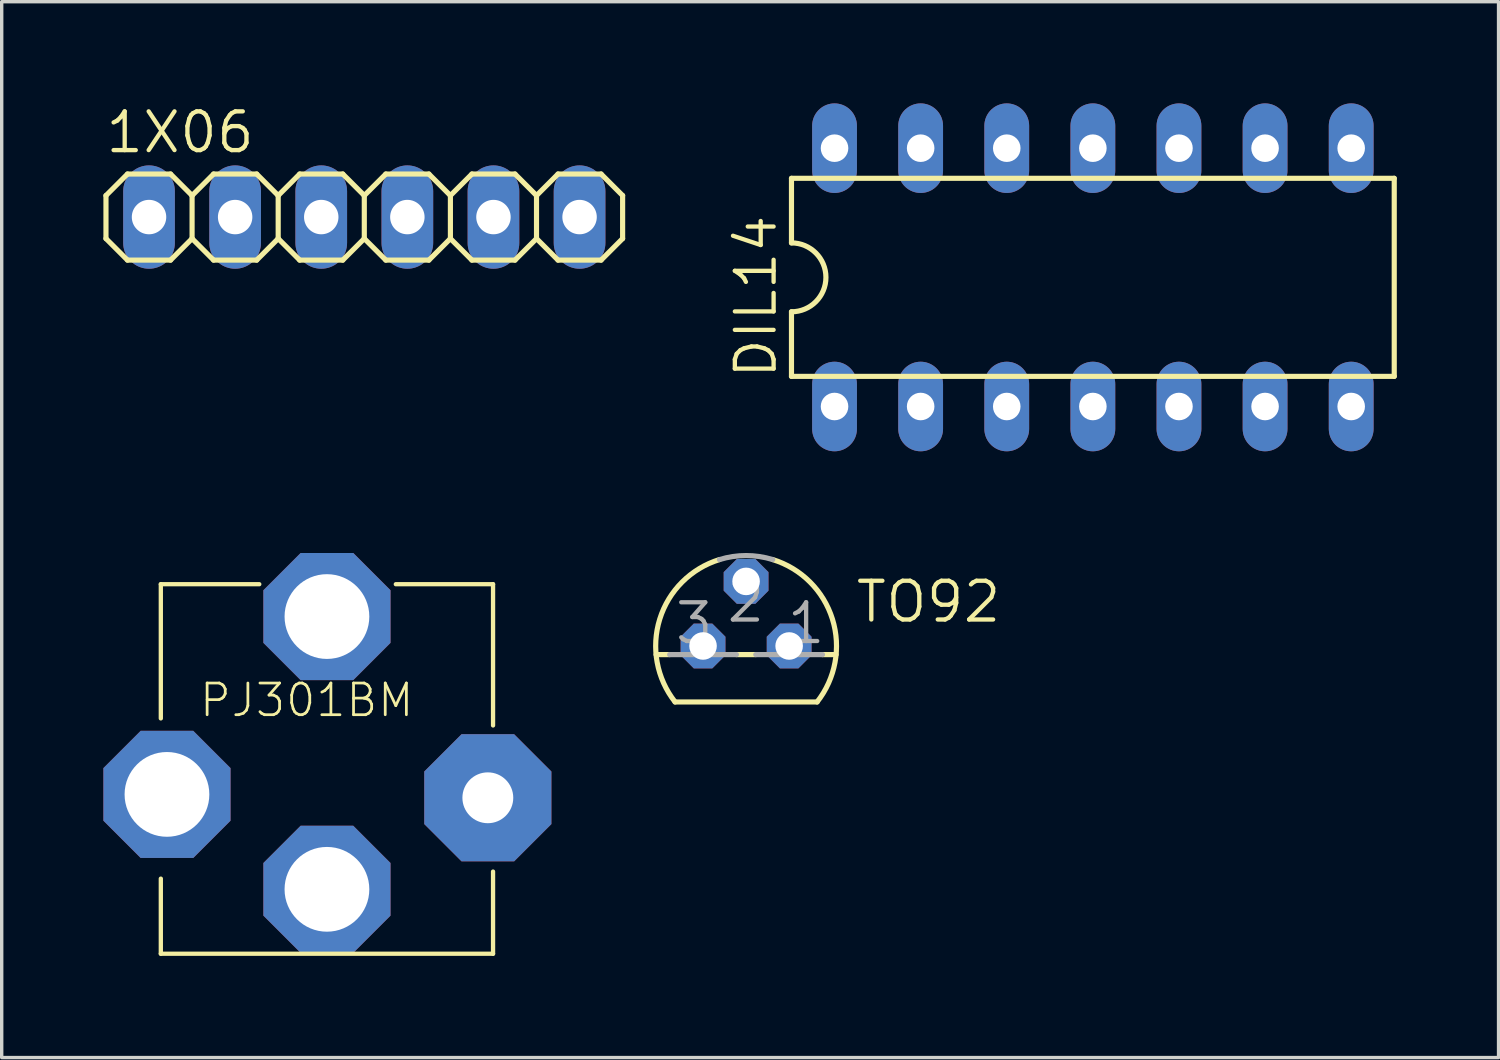
<source format=kicad_pcb>
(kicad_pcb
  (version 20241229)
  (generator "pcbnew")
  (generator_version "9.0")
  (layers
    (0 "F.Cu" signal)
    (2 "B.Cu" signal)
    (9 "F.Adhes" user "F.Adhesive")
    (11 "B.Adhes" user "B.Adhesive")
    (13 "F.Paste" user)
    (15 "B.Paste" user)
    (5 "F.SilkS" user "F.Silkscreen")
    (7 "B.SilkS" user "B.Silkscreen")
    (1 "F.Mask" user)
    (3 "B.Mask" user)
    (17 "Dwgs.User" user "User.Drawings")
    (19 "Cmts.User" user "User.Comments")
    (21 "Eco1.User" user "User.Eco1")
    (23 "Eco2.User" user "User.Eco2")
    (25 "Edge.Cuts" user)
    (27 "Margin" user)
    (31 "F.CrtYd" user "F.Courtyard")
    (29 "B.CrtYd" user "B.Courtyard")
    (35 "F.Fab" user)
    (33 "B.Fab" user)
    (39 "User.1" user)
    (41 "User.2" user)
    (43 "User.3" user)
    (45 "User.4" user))
  (footprint "1X06"
    (layer "F.Cu")
    (at 7.696 3.353)
    (property "Reference" "1X06" (at -7.696 -1.829 0) (layer "F.SilkS") (effects (font (size 1.143 1.143) (thickness 0.127)) (justify left bottom)))
    (fp_line (start -7.62 -0.635) (end -7.62 0.635) (stroke (width 0.152) (type solid)) (layer "F.SilkS"))
    (fp_line (start -7.62 0.635) (end -6.985 1.27) (stroke (width 0.152) (type solid)) (layer "F.SilkS"))
    (fp_line (start -6.985 -1.27) (end -7.62 -0.635) (stroke (width 0.152) (type solid)) (layer "F.SilkS"))
    (fp_line (start -6.985 -1.27) (end -5.715 -1.27) (stroke (width 0.152) (type solid)) (layer "F.SilkS"))
    (fp_line (start -5.715 -1.27) (end -5.08 -0.635) (stroke (width 0.152) (type solid)) (layer "F.SilkS"))
    (fp_line (start -5.715 1.27) (end -6.985 1.27) (stroke (width 0.152) (type solid)) (layer "F.SilkS"))
    (fp_line (start -5.08 -0.635) (end -5.08 0.635) (stroke (width 0.152) (type solid)) (layer "F.SilkS"))
    (fp_line (start -5.08 -0.635) (end -4.445 -1.27) (stroke (width 0.152) (type solid)) (layer "F.SilkS"))
    (fp_line (start -5.08 0.635) (end -5.715 1.27) (stroke (width 0.152) (type solid)) (layer "F.SilkS"))
    (fp_line (start -4.445 -1.27) (end -3.175 -1.27) (stroke (width 0.152) (type solid)) (layer "F.SilkS"))
    (fp_line (start -4.445 1.27) (end -5.08 0.635) (stroke (width 0.152) (type solid)) (layer "F.SilkS"))
    (fp_line (start -3.175 -1.27) (end -2.54 -0.635) (stroke (width 0.152) (type solid)) (layer "F.SilkS"))
    (fp_line (start -3.175 1.27) (end -4.445 1.27) (stroke (width 0.152) (type solid)) (layer "F.SilkS"))
    (fp_line (start -2.54 -0.635) (end -2.54 0.635) (stroke (width 0.152) (type solid)) (layer "F.SilkS"))
    (fp_line (start -2.54 -0.635) (end -1.905 -1.27) (stroke (width 0.152) (type solid)) (layer "F.SilkS"))
    (fp_line (start -2.54 0.635) (end -3.175 1.27) (stroke (width 0.152) (type solid)) (layer "F.SilkS"))
    (fp_line (start -1.905 -1.27) (end -0.635 -1.27) (stroke (width 0.152) (type solid)) (layer "F.SilkS"))
    (fp_line (start -1.905 1.27) (end -2.54 0.635) (stroke (width 0.152) (type solid)) (layer "F.SilkS"))
    (fp_line (start -0.635 -1.27) (end 0 -0.635) (stroke (width 0.152) (type solid)) (layer "F.SilkS"))
    (fp_line (start -0.635 1.27) (end -1.905 1.27) (stroke (width 0.152) (type solid)) (layer "F.SilkS"))
    (fp_line (start 0 -0.635) (end 0 0.635) (stroke (width 0.152) (type solid)) (layer "F.SilkS"))
    (fp_line (start 0 0.635) (end -0.635 1.27) (stroke (width 0.152) (type solid)) (layer "F.SilkS"))
    (fp_line (start 0 0.635) (end 0.635 1.27) (stroke (width 0.152) (type solid)) (layer "F.SilkS"))
    (fp_line (start 0.635 -1.27) (end 0 -0.635) (stroke (width 0.152) (type solid)) (layer "F.SilkS"))
    (fp_line (start 0.635 -1.27) (end 1.905 -1.27) (stroke (width 0.152) (type solid)) (layer "F.SilkS"))
    (fp_line (start 1.905 -1.27) (end 2.54 -0.635) (stroke (width 0.152) (type solid)) (layer "F.SilkS"))
    (fp_line (start 1.905 1.27) (end 0.635 1.27) (stroke (width 0.152) (type solid)) (layer "F.SilkS"))
    (fp_line (start 2.54 -0.635) (end 2.54 0.635) (stroke (width 0.152) (type solid)) (layer "F.SilkS"))
    (fp_line (start 2.54 -0.635) (end 3.175 -1.27) (stroke (width 0.152) (type solid)) (layer "F.SilkS"))
    (fp_line (start 2.54 0.635) (end 1.905 1.27) (stroke (width 0.152) (type solid)) (layer "F.SilkS"))
    (fp_line (start 3.175 -1.27) (end 4.445 -1.27) (stroke (width 0.152) (type solid)) (layer "F.SilkS"))
    (fp_line (start 3.175 1.27) (end 2.54 0.635) (stroke (width 0.152) (type solid)) (layer "F.SilkS"))
    (fp_line (start 4.445 -1.27) (end 5.08 -0.635) (stroke (width 0.152) (type solid)) (layer "F.SilkS"))
    (fp_line (start 4.445 1.27) (end 3.175 1.27) (stroke (width 0.152) (type solid)) (layer "F.SilkS"))
    (fp_line (start 5.08 -0.635) (end 5.08 0.635) (stroke (width 0.152) (type solid)) (layer "F.SilkS"))
    (fp_line (start 5.08 0.635) (end 4.445 1.27) (stroke (width 0.152) (type solid)) (layer "F.SilkS"))
    (fp_line (start 5.08 0.635) (end 5.715 1.27) (stroke (width 0.152) (type solid)) (layer "F.SilkS"))
    (fp_line (start 5.715 -1.27) (end 5.08 -0.635) (stroke (width 0.152) (type solid)) (layer "F.SilkS"))
    (fp_line (start 5.715 -1.27) (end 6.985 -1.27) (stroke (width 0.152) (type solid)) (layer "F.SilkS"))
    (fp_line (start 6.985 -1.27) (end 7.62 -0.635) (stroke (width 0.152) (type solid)) (layer "F.SilkS"))
    (fp_line (start 6.985 1.27) (end 5.715 1.27) (stroke (width 0.152) (type solid)) (layer "F.SilkS"))
    (fp_line (start 7.62 -0.635) (end 7.62 0.635) (stroke (width 0.152) (type solid)) (layer "F.SilkS"))
    (fp_line (start 7.62 0.635) (end 6.985 1.27) (stroke (width 0.152) (type solid)) (layer "F.SilkS"))
    (fp_poly (pts (xy -6.604 0.254) (xy -6.096 0.254) (xy -6.096 -0.254) (xy -6.604 -0.254)) (stroke (width 0.1) (type solid)) (fill no) (layer "F.Fab"))
    (fp_poly (pts (xy -4.064 0.254) (xy -3.556 0.254) (xy -3.556 -0.254) (xy -4.064 -0.254)) (stroke (width 0.1) (type solid)) (fill no) (layer "F.Fab"))
    (fp_poly (pts (xy -1.524 0.254) (xy -1.016 0.254) (xy -1.016 -0.254) (xy -1.524 -0.254)) (stroke (width 0.1) (type solid)) (fill no) (layer "F.Fab"))
    (fp_poly (pts (xy 1.016 0.254) (xy 1.524 0.254) (xy 1.524 -0.254) (xy 1.016 -0.254)) (stroke (width 0.1) (type solid)) (fill no) (layer "F.Fab"))
    (fp_poly (pts (xy 3.556 0.254) (xy 4.064 0.254) (xy 4.064 -0.254) (xy 3.556 -0.254)) (stroke (width 0.1) (type solid)) (fill no) (layer "F.Fab"))
    (fp_poly (pts (xy 6.096 0.254) (xy 6.604 0.254) (xy 6.604 -0.254) (xy 6.096 -0.254)) (stroke (width 0.1) (type solid)) (fill no) (layer "F.Fab"))
    (pad "1" thru_hole oval (at -6.35 0 90) (size 3.048 1.524) (drill 1.016) (layers "*.Cu" "*.Mask"))
    (pad "2" thru_hole oval (at -3.81 0 90) (size 3.048 1.524) (drill 1.016) (layers "*.Cu" "*.Mask"))
    (pad "3" thru_hole oval (at -1.27 0 90) (size 3.048 1.524) (drill 1.016) (layers "*.Cu" "*.Mask"))
    (pad "4" thru_hole oval (at 1.27 0 90) (size 3.048 1.524) (drill 1.016) (layers "*.Cu" "*.Mask"))
    (pad "5" thru_hole oval (at 3.81 0 90) (size 3.048 1.524) (drill 1.016) (layers "*.Cu" "*.Mask"))
    (pad "6" thru_hole oval (at 6.35 0 90) (size 3.048 1.524) (drill 1.016) (layers "*.Cu" "*.Mask")))
  (footprint "TO92"
    (layer "F.Cu")
    (at 18.958 16.005)
    (property "Reference" "TO92" (at 3.175 -0.635 0) (layer "F.SilkS") (effects (font (size 1.143 1.143) (thickness 0.127)) (justify left bottom)))
    (fp_line (start -2.655 0.254) (end -2.254 0.254) (stroke (width 0.152) (type solid)) (layer "F.SilkS"))
    (fp_line (start -2.095 1.651) (end 2.095 1.651) (stroke (width 0.152) (type solid)) (layer "F.SilkS"))
    (fp_line (start -0.286 0.254) (end 0.286 0.254) (stroke (width 0.152) (type solid)) (layer "F.SilkS"))
    (fp_line (start 2.254 0.254) (end 2.655 0.254) (stroke (width 0.152) (type solid)) (layer "F.SilkS"))
    (fp_arc (start -2.0946 1.651) (mid -2.54634 -0.793276) (end -0.7863 -2.5485) (stroke (width 0.1524) (type solid)) (layer "F.SilkS"))
    (fp_arc (start 0.7868 -2.5484) (mid 2.546775 -0.793203) (end 2.094999 1.651) (stroke (width 0.1524) (type solid)) (layer "F.SilkS"))
    (fp_line (start -2.254 0.254) (end -0.286 0.254) (stroke (width 0.152) (type solid)) (layer "F.Fab"))
    (fp_line (start 0.286 0.254) (end 2.254 0.254) (stroke (width 0.152) (type solid)) (layer "F.Fab"))
    (fp_arc (start -0.7863 -2.5485) (mid 0 -2.667043) (end 0.7863 -2.5485) (stroke (width 0.1524) (type solid)) (layer "F.Fab"))
    (fp_text user "1" (at 1.143 0 0) (layer "F.Fab") (effects (font (size 1.143 1.143) (thickness 0.127)) (justify left bottom)))
    (fp_text user "3" (at -2.159 0 0) (layer "F.Fab") (effects (font (size 1.143 1.143) (thickness 0.127)) (justify left bottom)))
    (fp_text user "2" (at -0.635 -0.635 0) (layer "F.Fab") (effects (font (size 1.143 1.143) (thickness 0.127)) (justify left bottom)))
    (pad "1" thru_hole roundrect (at 1.27 0) (size 1.321 1.321) (drill 0.813) (layers "*.Cu" "*.Mask") (roundrect_rratio 0.25) (chamfer_ratio 0.293) (chamfer top_left top_right bottom_left bottom_right))
    (pad "2" thru_hole roundrect (at 0 -1.905) (size 1.321 1.321) (drill 0.813) (layers "*.Cu" "*.Mask") (roundrect_rratio 0.25) (chamfer_ratio 0.293) (chamfer top_left top_right bottom_left bottom_right))
    (pad "3" thru_hole roundrect (at -1.27 0) (size 1.321 1.321) (drill 0.813) (layers "*.Cu" "*.Mask") (roundrect_rratio 0.25) (chamfer_ratio 0.293) (chamfer top_left top_right bottom_left bottom_right)))
  (footprint "DIL14"
    (layer "F.Cu")
    (at 29.187 5.131)
    (property "Reference" "DIL14" (at -9.271 3.048 90) (layer "F.SilkS") (effects (font (size 1.143 1.143) (thickness 0.127)) (justify left bottom)))
    (fp_line (start -8.89 -2.921) (end -8.89 -1.016) (stroke (width 0.152) (type solid)) (layer "F.SilkS"))
    (fp_line (start -8.89 2.921) (end -8.89 1.016) (stroke (width 0.152) (type solid)) (layer "F.SilkS"))
    (fp_line (start -8.89 2.921) (end 8.89 2.921) (stroke (width 0.152) (type solid)) (layer "F.SilkS"))
    (fp_line (start 8.89 -2.921) (end -8.89 -2.921) (stroke (width 0.152) (type solid)) (layer "F.SilkS"))
    (fp_line (start 8.89 -2.921) (end 8.89 2.921) (stroke (width 0.152) (type solid)) (layer "F.SilkS"))
    (fp_arc (start -8.89 -1.016) (mid -7.874 0) (end -8.89 1.016) (stroke (width 0.1524) (type solid)) (layer "F.SilkS"))
    (pad "1" thru_hole oval (at -7.62 3.81 90) (size 2.642 1.321) (drill 0.813) (layers "*.Cu" "*.Mask"))
    (pad "2" thru_hole oval (at -5.08 3.81 90) (size 2.642 1.321) (drill 0.813) (layers "*.Cu" "*.Mask"))
    (pad "3" thru_hole oval (at -2.54 3.81 90) (size 2.642 1.321) (drill 0.813) (layers "*.Cu" "*.Mask"))
    (pad "4" thru_hole oval (at 0 3.81 90) (size 2.642 1.321) (drill 0.813) (layers "*.Cu" "*.Mask"))
    (pad "5" thru_hole oval (at 2.54 3.81 90) (size 2.642 1.321) (drill 0.813) (layers "*.Cu" "*.Mask"))
    (pad "6" thru_hole oval (at 5.08 3.81 90) (size 2.642 1.321) (drill 0.813) (layers "*.Cu" "*.Mask"))
    (pad "7" thru_hole oval (at 7.62 3.81 90) (size 2.642 1.321) (drill 0.813) (layers "*.Cu" "*.Mask"))
    (pad "8" thru_hole oval (at 7.62 -3.81 90) (size 2.642 1.321) (drill 0.813) (layers "*.Cu" "*.Mask"))
    (pad "9" thru_hole oval (at 5.08 -3.81 90) (size 2.642 1.321) (drill 0.813) (layers "*.Cu" "*.Mask"))
    (pad "10" thru_hole oval (at 2.54 -3.81 90) (size 2.642 1.321) (drill 0.813) (layers "*.Cu" "*.Mask"))
    (pad "11" thru_hole oval (at 0 -3.81 90) (size 2.642 1.321) (drill 0.813) (layers "*.Cu" "*.Mask"))
    (pad "12" thru_hole oval (at -2.54 -3.81 90) (size 2.642 1.321) (drill 0.813) (layers "*.Cu" "*.Mask"))
    (pad "13" thru_hole oval (at -5.08 -3.81 90) (size 2.642 1.321) (drill 0.813) (layers "*.Cu" "*.Mask"))
    (pad "14" thru_hole oval (at -7.62 -3.81 90) (size 2.642 1.321) (drill 0.813) (layers "*.Cu" "*.Mask")))
  (footprint "PJ301BM"
    (layer "F.Cu")
    (at 6.594 19.883)
    (property "Reference" "PJ301BM" (at -3.81 -1.732 0) (layer "F.SilkS") (effects (font (size 0.935 0.935) (thickness 0.081)) (justify left bottom)))
    (fp_line (start -4.9 -5.7) (end -4.9 -1.742) (stroke (width 0.127) (type solid)) (layer "F.SilkS"))
    (fp_line (start -4.9 -5.7) (end -1.996 -5.7) (stroke (width 0.127) (type solid)) (layer "F.SilkS"))
    (fp_line (start -4.9 5.2) (end -4.9 2.985) (stroke (width 0.127) (type solid)) (layer "F.SilkS"))
    (fp_line (start -4.9 5.2) (end 4.9 5.2) (stroke (width 0.127) (type solid)) (layer "F.SilkS"))
    (fp_line (start 2.032 -5.7) (end 4.9 -5.7) (stroke (width 0.127) (type solid)) (layer "F.SilkS"))
    (fp_line (start 4.9 -5.7) (end 4.9 -1.534) (stroke (width 0.127) (type solid)) (layer "F.SilkS"))
    (fp_line (start 4.9 5.2) (end 4.9 2.777) (stroke (width 0.127) (type solid)) (layer "F.SilkS"))
    (pad "GND1" thru_hole roundrect (at -4.719 0.5 90) (size 3.75 3.75) (drill 2.5) (layers "*.Cu" "*.Mask") (roundrect_rratio 0.25) (chamfer_ratio 0.293) (chamfer top_left top_right bottom_left bottom_right))
    (pad "GND2" thru_hole roundrect (at 4.746 0.6 90) (size 3.75 3.75) (drill 1.5) (layers "*.Cu" "*.Mask") (roundrect_rratio 0.25) (chamfer_ratio 0.293) (chamfer top_left top_right bottom_left bottom_right))
    (pad "SWITCH" thru_hole roundrect (at 0 3.3) (size 3.75 3.75) (drill 2.5) (layers "*.Cu" "*.Mask") (roundrect_rratio 0.25) (chamfer_ratio 0.293) (chamfer top_left top_right bottom_left bottom_right))
    (pad "TIP" thru_hole roundrect (at 0 -4.746) (size 3.75 3.75) (drill 2.5) (layers "*.Cu" "*.Mask") (roundrect_rratio 0.25) (chamfer_ratio 0.293) (chamfer top_left top_right bottom_left bottom_right)))
  (gr_rect
    (start -3 -3)
    (end 41.154 28.146)
    (stroke (width 0.1) (type default))
    (fill no)
    (layer "Edge.Cuts")))
</source>
